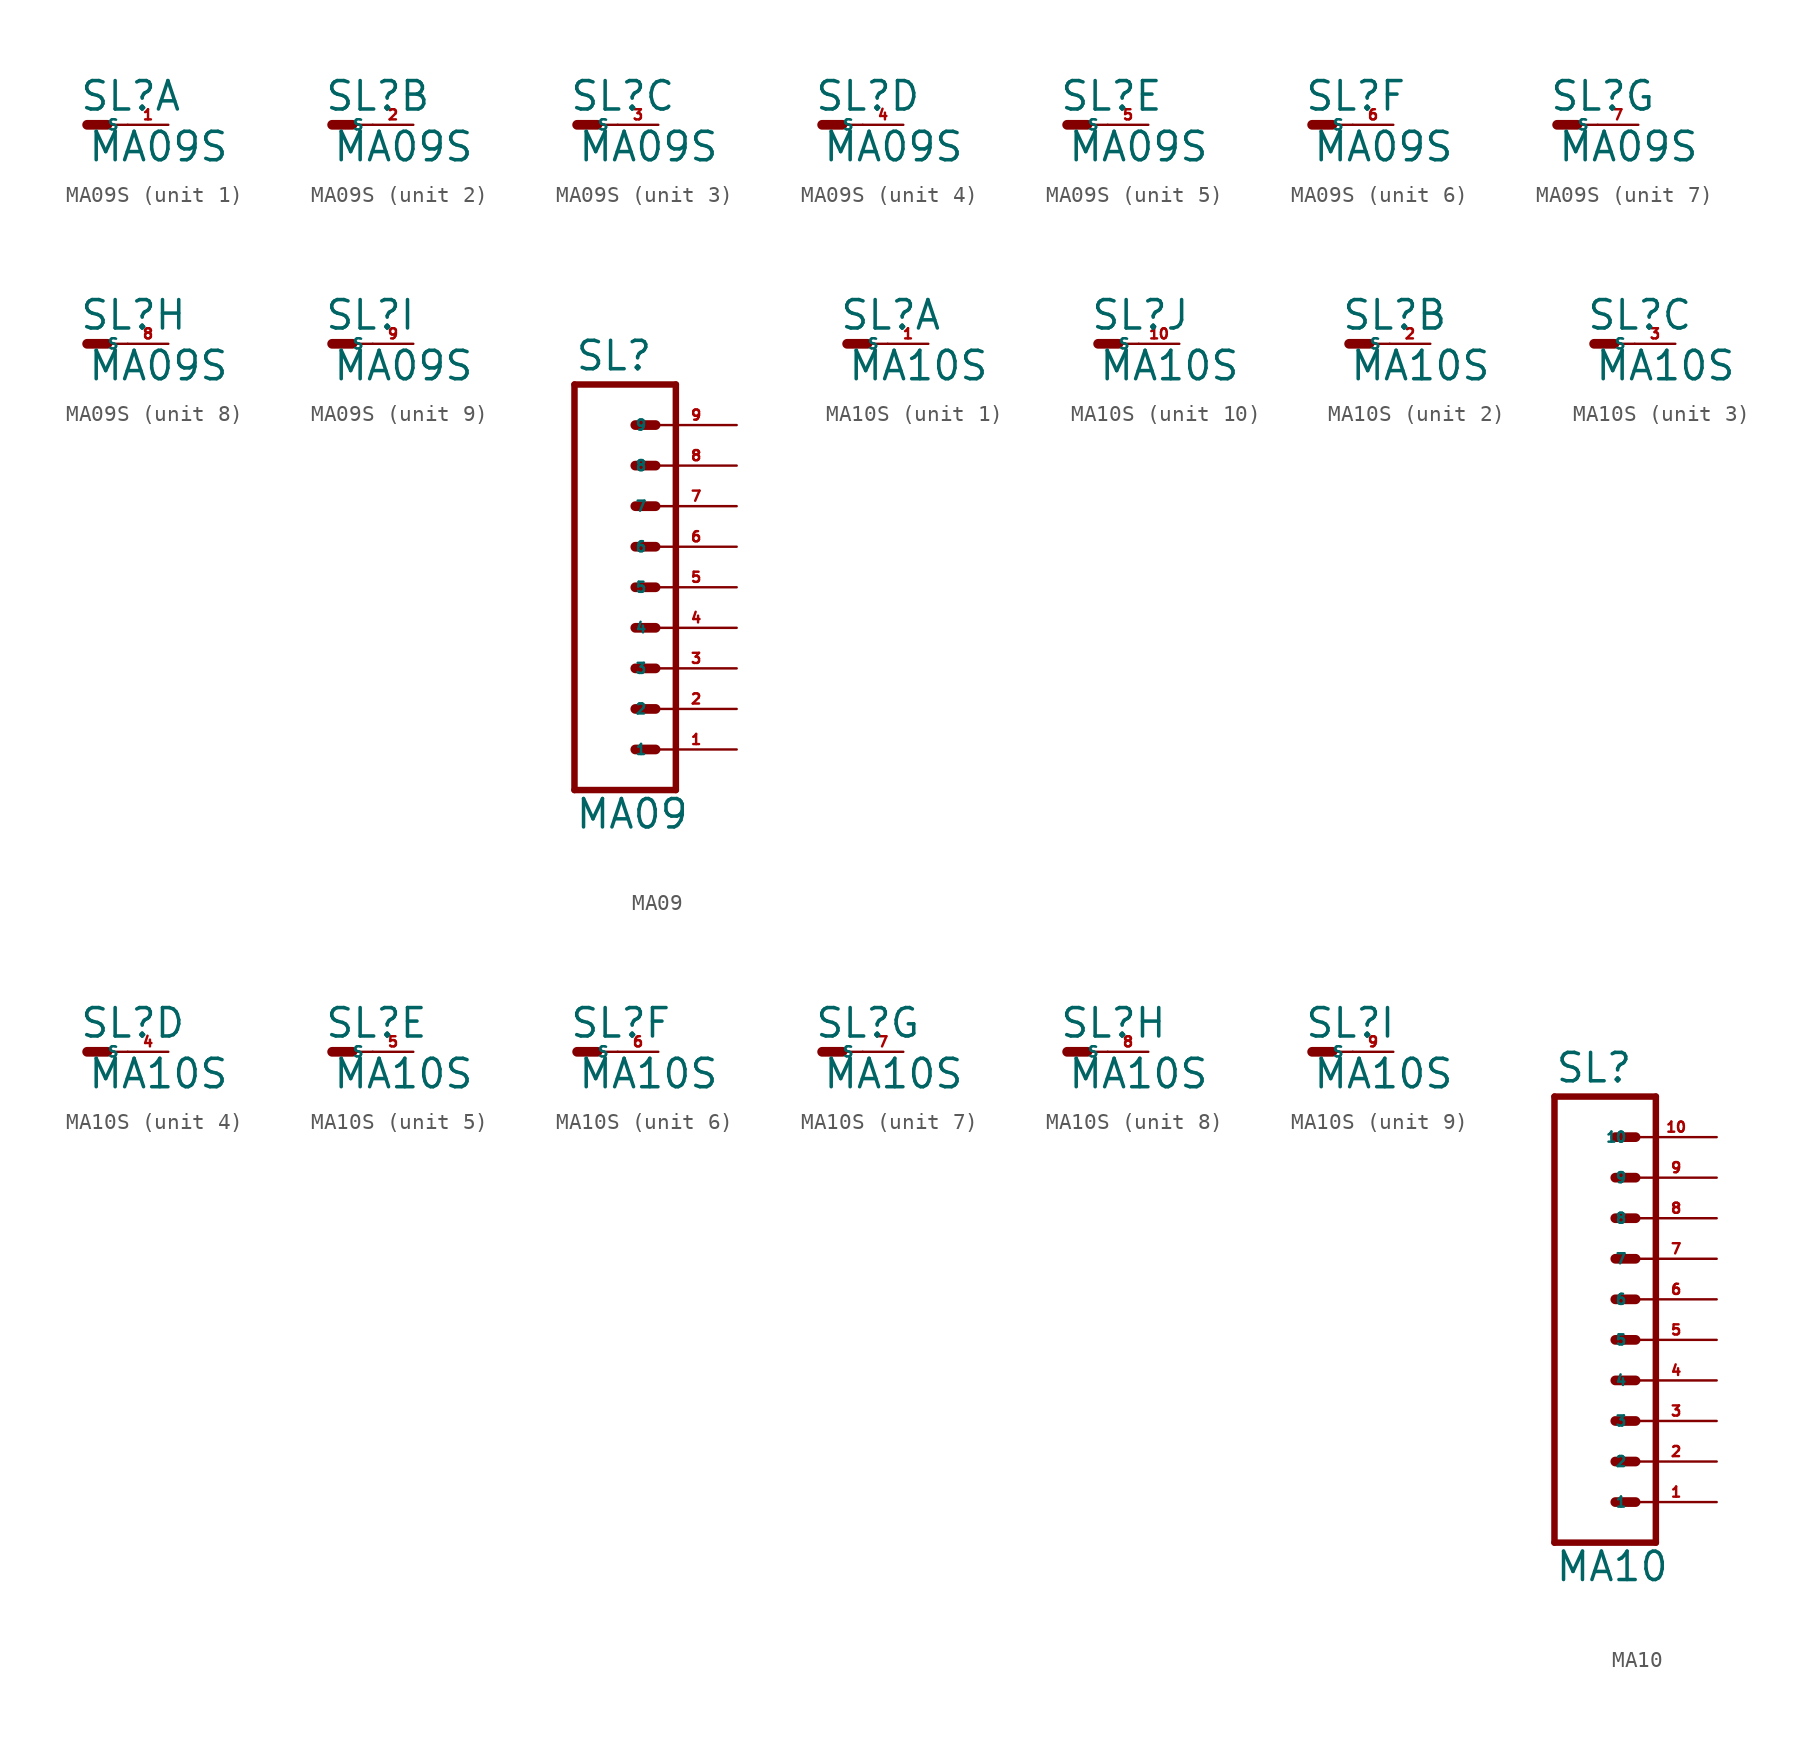
<source format=kicad_sym>
(kicad_symbol_lib
  (version 20220914)
  (generator Eagle2Kicad)
  (symbol "MA09S"
    (property "Reference" "SL"
      (at -0.508 0.762 0)
      (effects (font (size 1.778 1.778) (thickness 0.22)) (justify left bottom)))
    (property "Value" "MA09S"
      (at 0 -2.413 0)
      (effects (font (size 1.778 1.778) (thickness 0.22)) (justify left bottom)))
    (symbol "MA09S_1_0"
      (polyline (pts (xy 0 0) (xy 1.27 0)) (stroke (width 0.61) (type default)) (fill (type none)))
      (polyline (pts (xy 1.27 0) (xy 2.54 0)) (stroke (width 0.152) (type default)) (fill (type none)))
      (pin passive line (at 5.08 0 180) (length 2.54) (name "S" (effects (font (size 0.635 0.635) (thickness 0.08)) (justify left bottom))) (number "1" (effects (font (size 0.635 0.635) (thickness 0.08)) (justify left bottom)))))
    (symbol "MA09S_2_0"
      (polyline (pts (xy 0 0) (xy 1.27 0)) (stroke (width 0.61) (type default)) (fill (type none)))
      (polyline (pts (xy 1.27 0) (xy 2.54 0)) (stroke (width 0.152) (type default)) (fill (type none)))
      (pin passive line (at 5.08 0 180) (length 2.54) (name "S" (effects (font (size 0.635 0.635) (thickness 0.08)) (justify left bottom))) (number "2" (effects (font (size 0.635 0.635) (thickness 0.08)) (justify left bottom)))))
    (symbol "MA09S_3_0"
      (polyline (pts (xy 0 0) (xy 1.27 0)) (stroke (width 0.61) (type default)) (fill (type none)))
      (polyline (pts (xy 1.27 0) (xy 2.54 0)) (stroke (width 0.152) (type default)) (fill (type none)))
      (pin passive line (at 5.08 0 180) (length 2.54) (name "S" (effects (font (size 0.635 0.635) (thickness 0.08)) (justify left bottom))) (number "3" (effects (font (size 0.635 0.635) (thickness 0.08)) (justify left bottom)))))
    (symbol "MA09S_4_0"
      (polyline (pts (xy 0 0) (xy 1.27 0)) (stroke (width 0.61) (type default)) (fill (type none)))
      (polyline (pts (xy 1.27 0) (xy 2.54 0)) (stroke (width 0.152) (type default)) (fill (type none)))
      (pin passive line (at 5.08 0 180) (length 2.54) (name "S" (effects (font (size 0.635 0.635) (thickness 0.08)) (justify left bottom))) (number "4" (effects (font (size 0.635 0.635) (thickness 0.08)) (justify left bottom)))))
    (symbol "MA09S_5_0"
      (polyline (pts (xy 0 0) (xy 1.27 0)) (stroke (width 0.61) (type default)) (fill (type none)))
      (polyline (pts (xy 1.27 0) (xy 2.54 0)) (stroke (width 0.152) (type default)) (fill (type none)))
      (pin passive line (at 5.08 0 180) (length 2.54) (name "S" (effects (font (size 0.635 0.635) (thickness 0.08)) (justify left bottom))) (number "5" (effects (font (size 0.635 0.635) (thickness 0.08)) (justify left bottom)))))
    (symbol "MA09S_6_0"
      (polyline (pts (xy 0 0) (xy 1.27 0)) (stroke (width 0.61) (type default)) (fill (type none)))
      (polyline (pts (xy 1.27 0) (xy 2.54 0)) (stroke (width 0.152) (type default)) (fill (type none)))
      (pin passive line (at 5.08 0 180) (length 2.54) (name "S" (effects (font (size 0.635 0.635) (thickness 0.08)) (justify left bottom))) (number "6" (effects (font (size 0.635 0.635) (thickness 0.08)) (justify left bottom)))))
    (symbol "MA09S_7_0"
      (polyline (pts (xy 0 0) (xy 1.27 0)) (stroke (width 0.61) (type default)) (fill (type none)))
      (polyline (pts (xy 1.27 0) (xy 2.54 0)) (stroke (width 0.152) (type default)) (fill (type none)))
      (pin passive line (at 5.08 0 180) (length 2.54) (name "S" (effects (font (size 0.635 0.635) (thickness 0.08)) (justify left bottom))) (number "7" (effects (font (size 0.635 0.635) (thickness 0.08)) (justify left bottom)))))
    (symbol "MA09S_8_0"
      (polyline (pts (xy 0 0) (xy 1.27 0)) (stroke (width 0.61) (type default)) (fill (type none)))
      (polyline (pts (xy 1.27 0) (xy 2.54 0)) (stroke (width 0.152) (type default)) (fill (type none)))
      (pin passive line (at 5.08 0 180) (length 2.54) (name "S" (effects (font (size 0.635 0.635) (thickness 0.08)) (justify left bottom))) (number "8" (effects (font (size 0.635 0.635) (thickness 0.08)) (justify left bottom)))))
    (symbol "MA09S_9_0"
      (polyline (pts (xy 0 0) (xy 1.27 0)) (stroke (width 0.61) (type default)) (fill (type none)))
      (polyline (pts (xy 1.27 0) (xy 2.54 0)) (stroke (width 0.152) (type default)) (fill (type none)))
      (pin passive line (at 5.08 0 180) (length 2.54) (name "S" (effects (font (size 0.635 0.635) (thickness 0.08)) (justify left bottom))) (number "9" (effects (font (size 0.635 0.635) (thickness 0.08)) (justify left bottom))))))
  (symbol "MA09"
    (property "Reference" "SL"
      (at -5.08 13.462 0)
      (effects (font (size 1.778 1.778) (thickness 0.22)) (justify left bottom)))
    (property "Value" "MA09"
      (at -5.08 -15.24 0)
      (effects (font (size 1.778 1.778) (thickness 0.22)) (justify left bottom)))
    (polyline
      (pts (xy 1.27 -12.7) (xy -5.08 -12.7))
      (stroke (width 0.406) (type default))
      (fill (type none)))
    (polyline
      (pts (xy -1.27 -5.08) (xy 0 -5.08))
      (stroke (width 0.61) (type default))
      (fill (type none)))
    (polyline
      (pts (xy -1.27 -7.62) (xy 0 -7.62))
      (stroke (width 0.61) (type default))
      (fill (type none)))
    (polyline
      (pts (xy -1.27 -10.16) (xy 0 -10.16))
      (stroke (width 0.61) (type default))
      (fill (type none)))
    (polyline
      (pts (xy -5.08 12.7) (xy -5.08 -12.7))
      (stroke (width 0.406) (type default))
      (fill (type none)))
    (polyline
      (pts (xy 1.27 -12.7) (xy 1.27 12.7))
      (stroke (width 0.406) (type default))
      (fill (type none)))
    (polyline
      (pts (xy -5.08 12.7) (xy 1.27 12.7))
      (stroke (width 0.406) (type default))
      (fill (type none)))
    (polyline
      (pts (xy -1.27 0) (xy 0 0))
      (stroke (width 0.61) (type default))
      (fill (type none)))
    (polyline
      (pts (xy -1.27 -2.54) (xy 0 -2.54))
      (stroke (width 0.61) (type default))
      (fill (type none)))
    (polyline
      (pts (xy -1.27 2.54) (xy 0 2.54))
      (stroke (width 0.61) (type default))
      (fill (type none)))
    (polyline
      (pts (xy -1.27 5.08) (xy 0 5.08))
      (stroke (width 0.61) (type default))
      (fill (type none)))
    (polyline
      (pts (xy -1.27 7.62) (xy 0 7.62))
      (stroke (width 0.61) (type default))
      (fill (type none)))
    (polyline
      (pts (xy -1.27 10.16) (xy 0 10.16))
      (stroke (width 0.61) (type default))
      (fill (type none)))
    (pin passive line
      (at 5.08 -10.16 180)
      (length 5.08)
      (name "1" (effects (font (size 0.635 0.635) (thickness 0.08)) (justify left bottom)))
      (number "1" (effects (font (size 0.635 0.635) (thickness 0.08)) (justify left bottom))))
    (pin passive line
      (at 5.08 -7.62 180)
      (length 5.08)
      (name "2" (effects (font (size 0.635 0.635) (thickness 0.08)) (justify left bottom)))
      (number "2" (effects (font (size 0.635 0.635) (thickness 0.08)) (justify left bottom))))
    (pin passive line
      (at 5.08 -5.08 180)
      (length 5.08)
      (name "3" (effects (font (size 0.635 0.635) (thickness 0.08)) (justify left bottom)))
      (number "3" (effects (font (size 0.635 0.635) (thickness 0.08)) (justify left bottom))))
    (pin passive line
      (at 5.08 -2.54 180)
      (length 5.08)
      (name "4" (effects (font (size 0.635 0.635) (thickness 0.08)) (justify left bottom)))
      (number "4" (effects (font (size 0.635 0.635) (thickness 0.08)) (justify left bottom))))
    (pin passive line
      (at 5.08 0 180)
      (length 5.08)
      (name "5" (effects (font (size 0.635 0.635) (thickness 0.08)) (justify left bottom)))
      (number "5" (effects (font (size 0.635 0.635) (thickness 0.08)) (justify left bottom))))
    (pin passive line
      (at 5.08 2.54 180)
      (length 5.08)
      (name "6" (effects (font (size 0.635 0.635) (thickness 0.08)) (justify left bottom)))
      (number "6" (effects (font (size 0.635 0.635) (thickness 0.08)) (justify left bottom))))
    (pin passive line
      (at 5.08 5.08 180)
      (length 5.08)
      (name "7" (effects (font (size 0.635 0.635) (thickness 0.08)) (justify left bottom)))
      (number "7" (effects (font (size 0.635 0.635) (thickness 0.08)) (justify left bottom))))
    (pin passive line
      (at 5.08 7.62 180)
      (length 5.08)
      (name "8" (effects (font (size 0.635 0.635) (thickness 0.08)) (justify left bottom)))
      (number "8" (effects (font (size 0.635 0.635) (thickness 0.08)) (justify left bottom))))
    (pin passive line
      (at 5.08 10.16 180)
      (length 5.08)
      (name "9" (effects (font (size 0.635 0.635) (thickness 0.08)) (justify left bottom)))
      (number "9" (effects (font (size 0.635 0.635) (thickness 0.08)) (justify left bottom)))))
  (symbol "MA10S"
    (property "Reference" "SL"
      (at -0.508 0.762 0)
      (effects (font (size 1.778 1.778) (thickness 0.22)) (justify left bottom)))
    (property "Value" "MA10S"
      (at 0 -2.413 0)
      (effects (font (size 1.778 1.778) (thickness 0.22)) (justify left bottom)))
    (symbol "MA10S_1_0"
      (polyline (pts (xy 0 0) (xy 1.27 0)) (stroke (width 0.61) (type default)) (fill (type none)))
      (polyline (pts (xy 1.27 0) (xy 2.54 0)) (stroke (width 0.152) (type default)) (fill (type none)))
      (pin passive line (at 5.08 0 180) (length 2.54) (name "S" (effects (font (size 0.635 0.635) (thickness 0.08)) (justify left bottom))) (number "1" (effects (font (size 0.635 0.635) (thickness 0.08)) (justify left bottom)))))
    (symbol "MA10S_2_0"
      (polyline (pts (xy 0 0) (xy 1.27 0)) (stroke (width 0.61) (type default)) (fill (type none)))
      (polyline (pts (xy 1.27 0) (xy 2.54 0)) (stroke (width 0.152) (type default)) (fill (type none)))
      (pin passive line (at 5.08 0 180) (length 2.54) (name "S" (effects (font (size 0.635 0.635) (thickness 0.08)) (justify left bottom))) (number "2" (effects (font (size 0.635 0.635) (thickness 0.08)) (justify left bottom)))))
    (symbol "MA10S_3_0"
      (polyline (pts (xy 0 0) (xy 1.27 0)) (stroke (width 0.61) (type default)) (fill (type none)))
      (polyline (pts (xy 1.27 0) (xy 2.54 0)) (stroke (width 0.152) (type default)) (fill (type none)))
      (pin passive line (at 5.08 0 180) (length 2.54) (name "S" (effects (font (size 0.635 0.635) (thickness 0.08)) (justify left bottom))) (number "3" (effects (font (size 0.635 0.635) (thickness 0.08)) (justify left bottom)))))
    (symbol "MA10S_4_0"
      (polyline (pts (xy 0 0) (xy 1.27 0)) (stroke (width 0.61) (type default)) (fill (type none)))
      (polyline (pts (xy 1.27 0) (xy 2.54 0)) (stroke (width 0.152) (type default)) (fill (type none)))
      (pin passive line (at 5.08 0 180) (length 2.54) (name "S" (effects (font (size 0.635 0.635) (thickness 0.08)) (justify left bottom))) (number "4" (effects (font (size 0.635 0.635) (thickness 0.08)) (justify left bottom)))))
    (symbol "MA10S_5_0"
      (polyline (pts (xy 0 0) (xy 1.27 0)) (stroke (width 0.61) (type default)) (fill (type none)))
      (polyline (pts (xy 1.27 0) (xy 2.54 0)) (stroke (width 0.152) (type default)) (fill (type none)))
      (pin passive line (at 5.08 0 180) (length 2.54) (name "S" (effects (font (size 0.635 0.635) (thickness 0.08)) (justify left bottom))) (number "5" (effects (font (size 0.635 0.635) (thickness 0.08)) (justify left bottom)))))
    (symbol "MA10S_6_0"
      (polyline (pts (xy 0 0) (xy 1.27 0)) (stroke (width 0.61) (type default)) (fill (type none)))
      (polyline (pts (xy 1.27 0) (xy 2.54 0)) (stroke (width 0.152) (type default)) (fill (type none)))
      (pin passive line (at 5.08 0 180) (length 2.54) (name "S" (effects (font (size 0.635 0.635) (thickness 0.08)) (justify left bottom))) (number "6" (effects (font (size 0.635 0.635) (thickness 0.08)) (justify left bottom)))))
    (symbol "MA10S_7_0"
      (polyline (pts (xy 0 0) (xy 1.27 0)) (stroke (width 0.61) (type default)) (fill (type none)))
      (polyline (pts (xy 1.27 0) (xy 2.54 0)) (stroke (width 0.152) (type default)) (fill (type none)))
      (pin passive line (at 5.08 0 180) (length 2.54) (name "S" (effects (font (size 0.635 0.635) (thickness 0.08)) (justify left bottom))) (number "7" (effects (font (size 0.635 0.635) (thickness 0.08)) (justify left bottom)))))
    (symbol "MA10S_8_0"
      (polyline (pts (xy 0 0) (xy 1.27 0)) (stroke (width 0.61) (type default)) (fill (type none)))
      (polyline (pts (xy 1.27 0) (xy 2.54 0)) (stroke (width 0.152) (type default)) (fill (type none)))
      (pin passive line (at 5.08 0 180) (length 2.54) (name "S" (effects (font (size 0.635 0.635) (thickness 0.08)) (justify left bottom))) (number "8" (effects (font (size 0.635 0.635) (thickness 0.08)) (justify left bottom)))))
    (symbol "MA10S_9_0"
      (polyline (pts (xy 0 0) (xy 1.27 0)) (stroke (width 0.61) (type default)) (fill (type none)))
      (polyline (pts (xy 1.27 0) (xy 2.54 0)) (stroke (width 0.152) (type default)) (fill (type none)))
      (pin passive line (at 5.08 0 180) (length 2.54) (name "S" (effects (font (size 0.635 0.635) (thickness 0.08)) (justify left bottom))) (number "9" (effects (font (size 0.635 0.635) (thickness 0.08)) (justify left bottom)))))
    (symbol "MA10S_10_0"
      (polyline (pts (xy 0 0) (xy 1.27 0)) (stroke (width 0.61) (type default)) (fill (type none)))
      (polyline (pts (xy 1.27 0) (xy 2.54 0)) (stroke (width 0.152) (type default)) (fill (type none)))
      (pin passive line (at 5.08 0 180) (length 2.54) (name "S" (effects (font (size 0.635 0.635) (thickness 0.08)) (justify left bottom))) (number "10" (effects (font (size 0.635 0.635) (thickness 0.08)) (justify left bottom))))))
  (symbol "MA10"
    (property "Reference" "SL"
      (at -5.08 13.462 0)
      (effects (font (size 1.778 1.778) (thickness 0.22)) (justify left bottom)))
    (property "Value" "MA10"
      (at -5.08 -17.78 0)
      (effects (font (size 1.778 1.778) (thickness 0.22)) (justify left bottom)))
    (polyline
      (pts (xy 1.27 -15.24) (xy -5.08 -15.24))
      (stroke (width 0.406) (type default))
      (fill (type none)))
    (polyline
      (pts (xy -1.27 -7.62) (xy 0 -7.62))
      (stroke (width 0.61) (type default))
      (fill (type none)))
    (polyline
      (pts (xy -1.27 -10.16) (xy 0 -10.16))
      (stroke (width 0.61) (type default))
      (fill (type none)))
    (polyline
      (pts (xy -1.27 -12.7) (xy 0 -12.7))
      (stroke (width 0.61) (type default))
      (fill (type none)))
    (polyline
      (pts (xy -5.08 12.7) (xy -5.08 -15.24))
      (stroke (width 0.406) (type default))
      (fill (type none)))
    (polyline
      (pts (xy 1.27 -15.24) (xy 1.27 12.7))
      (stroke (width 0.406) (type default))
      (fill (type none)))
    (polyline
      (pts (xy -5.08 12.7) (xy 1.27 12.7))
      (stroke (width 0.406) (type default))
      (fill (type none)))
    (polyline
      (pts (xy -1.27 -2.54) (xy 0 -2.54))
      (stroke (width 0.61) (type default))
      (fill (type none)))
    (polyline
      (pts (xy -1.27 -5.08) (xy 0 -5.08))
      (stroke (width 0.61) (type default))
      (fill (type none)))
    (polyline
      (pts (xy -1.27 0) (xy 0 0))
      (stroke (width 0.61) (type default))
      (fill (type none)))
    (polyline
      (pts (xy -1.27 2.54) (xy 0 2.54))
      (stroke (width 0.61) (type default))
      (fill (type none)))
    (polyline
      (pts (xy -1.27 5.08) (xy 0 5.08))
      (stroke (width 0.61) (type default))
      (fill (type none)))
    (polyline
      (pts (xy -1.27 7.62) (xy 0 7.62))
      (stroke (width 0.61) (type default))
      (fill (type none)))
    (polyline
      (pts (xy -1.27 10.16) (xy 0 10.16))
      (stroke (width 0.61) (type default))
      (fill (type none)))
    (pin passive line
      (at 5.08 -12.7 180)
      (length 5.08)
      (name "1" (effects (font (size 0.635 0.635) (thickness 0.08)) (justify left bottom)))
      (number "1" (effects (font (size 0.635 0.635) (thickness 0.08)) (justify left bottom))))
    (pin passive line
      (at 5.08 -10.16 180)
      (length 5.08)
      (name "2" (effects (font (size 0.635 0.635) (thickness 0.08)) (justify left bottom)))
      (number "2" (effects (font (size 0.635 0.635) (thickness 0.08)) (justify left bottom))))
    (pin passive line
      (at 5.08 -7.62 180)
      (length 5.08)
      (name "3" (effects (font (size 0.635 0.635) (thickness 0.08)) (justify left bottom)))
      (number "3" (effects (font (size 0.635 0.635) (thickness 0.08)) (justify left bottom))))
    (pin passive line
      (at 5.08 -5.08 180)
      (length 5.08)
      (name "4" (effects (font (size 0.635 0.635) (thickness 0.08)) (justify left bottom)))
      (number "4" (effects (font (size 0.635 0.635) (thickness 0.08)) (justify left bottom))))
    (pin passive line
      (at 5.08 -2.54 180)
      (length 5.08)
      (name "5" (effects (font (size 0.635 0.635) (thickness 0.08)) (justify left bottom)))
      (number "5" (effects (font (size 0.635 0.635) (thickness 0.08)) (justify left bottom))))
    (pin passive line
      (at 5.08 0 180)
      (length 5.08)
      (name "6" (effects (font (size 0.635 0.635) (thickness 0.08)) (justify left bottom)))
      (number "6" (effects (font (size 0.635 0.635) (thickness 0.08)) (justify left bottom))))
    (pin passive line
      (at 5.08 2.54 180)
      (length 5.08)
      (name "7" (effects (font (size 0.635 0.635) (thickness 0.08)) (justify left bottom)))
      (number "7" (effects (font (size 0.635 0.635) (thickness 0.08)) (justify left bottom))))
    (pin passive line
      (at 5.08 5.08 180)
      (length 5.08)
      (name "8" (effects (font (size 0.635 0.635) (thickness 0.08)) (justify left bottom)))
      (number "8" (effects (font (size 0.635 0.635) (thickness 0.08)) (justify left bottom))))
    (pin passive line
      (at 5.08 7.62 180)
      (length 5.08)
      (name "9" (effects (font (size 0.635 0.635) (thickness 0.08)) (justify left bottom)))
      (number "9" (effects (font (size 0.635 0.635) (thickness 0.08)) (justify left bottom))))
    (pin passive line
      (at 5.08 10.16 180)
      (length 5.08)
      (name "10" (effects (font (size 0.635 0.635) (thickness 0.08)) (justify left bottom)))
      (number "10" (effects (font (size 0.635 0.635) (thickness 0.08)) (justify left bottom))))))
</source>
